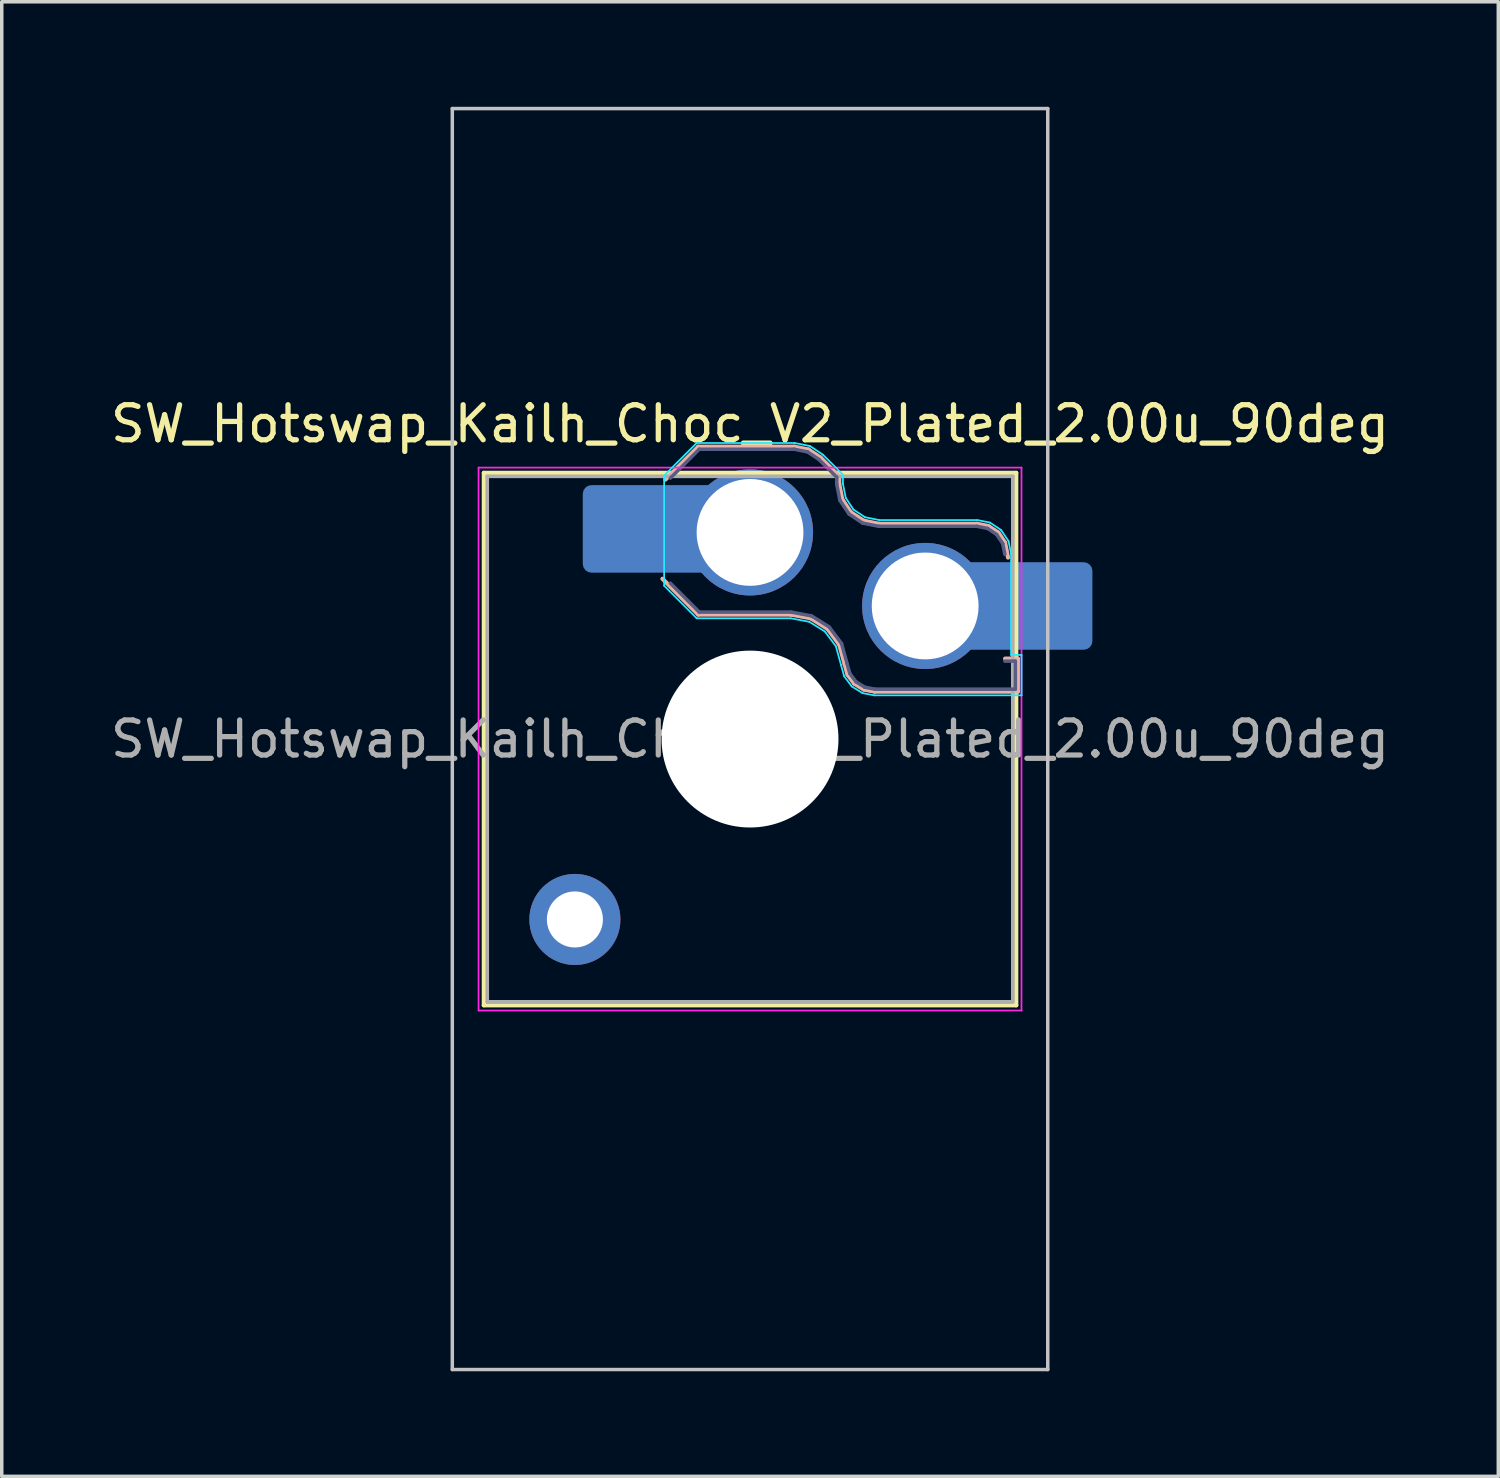
<source format=kicad_pcb>
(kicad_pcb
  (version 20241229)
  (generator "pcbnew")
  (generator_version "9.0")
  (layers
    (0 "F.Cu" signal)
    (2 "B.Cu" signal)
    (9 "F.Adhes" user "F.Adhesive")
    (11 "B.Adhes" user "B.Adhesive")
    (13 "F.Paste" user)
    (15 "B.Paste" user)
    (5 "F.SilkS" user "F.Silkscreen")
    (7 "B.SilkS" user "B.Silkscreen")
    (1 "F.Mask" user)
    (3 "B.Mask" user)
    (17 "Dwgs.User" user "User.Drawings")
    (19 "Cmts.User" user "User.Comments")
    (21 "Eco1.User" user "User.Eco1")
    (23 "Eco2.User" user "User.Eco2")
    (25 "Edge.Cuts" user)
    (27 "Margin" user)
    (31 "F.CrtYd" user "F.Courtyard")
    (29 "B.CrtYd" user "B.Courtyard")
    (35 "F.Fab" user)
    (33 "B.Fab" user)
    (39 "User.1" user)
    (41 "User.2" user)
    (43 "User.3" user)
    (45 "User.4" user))
  (footprint "SW_Hotswap_Kailh_Choc_V2_Plated_2.00u_90deg"
    (layer "F.Cu")
    (at 18.363 18.05)
    (property "Reference" "SW_Hotswap_Kailh_Choc_V2_Plated_2.00u_90deg" (at 0 -9 0) (layer "F.SilkS") (effects (font (size 1 1) (thickness 0.15))))
    (attr smd)
    (fp_line (start -7.6 -7.6) (end -7.6 7.6) (stroke (width 0.12) (type solid)) (layer "F.SilkS"))
    (fp_line (start -7.6 7.6) (end 7.6 7.6) (stroke (width 0.12) (type solid)) (layer "F.SilkS"))
    (fp_line (start 7.6 -7.6) (end -7.6 -7.6) (stroke (width 0.12) (type solid)) (layer "F.SilkS"))
    (fp_line (start 7.6 7.6) (end 7.6 -7.6) (stroke (width 0.12) (type solid)) (layer "F.SilkS"))
    (fp_line (start -2.416 -7.409) (end -1.479 -8.346) (stroke (width 0.12) (type solid)) (layer "B.SilkS"))
    (fp_line (start -1.479 -8.346) (end 1.268 -8.346) (stroke (width 0.12) (type solid)) (layer "B.SilkS"))
    (fp_line (start -1.479 -3.554) (end -2.5 -4.575) (stroke (width 0.12) (type solid)) (layer "B.SilkS"))
    (fp_line (start 1.168 -3.554) (end -1.479 -3.554) (stroke (width 0.12) (type solid)) (layer "B.SilkS"))
    (fp_line (start 1.268 -8.346) (end 1.671 -8.266) (stroke (width 0.12) (type solid)) (layer "B.SilkS"))
    (fp_line (start 1.671 -8.266) (end 2.013 -8.037) (stroke (width 0.12) (type solid)) (layer "B.SilkS"))
    (fp_line (start 1.73 -3.449) (end 1.168 -3.554) (stroke (width 0.12) (type solid)) (layer "B.SilkS"))
    (fp_line (start 2.013 -8.037) (end 2.546 -7.504) (stroke (width 0.12) (type solid)) (layer "B.SilkS"))
    (fp_line (start 2.209 -3.15) (end 1.73 -3.449) (stroke (width 0.12) (type solid)) (layer "B.SilkS"))
    (fp_line (start 2.546 -7.504) (end 2.546 -7.282) (stroke (width 0.12) (type solid)) (layer "B.SilkS"))
    (fp_line (start 2.546 -7.282) (end 2.633 -6.844) (stroke (width 0.12) (type solid)) (layer "B.SilkS"))
    (fp_line (start 2.547 -2.697) (end 2.209 -3.15) (stroke (width 0.12) (type solid)) (layer "B.SilkS"))
    (fp_line (start 2.633 -6.844) (end 2.877 -6.477) (stroke (width 0.12) (type solid)) (layer "B.SilkS"))
    (fp_line (start 2.701 -2.139) (end 2.547 -2.697) (stroke (width 0.12) (type solid)) (layer "B.SilkS"))
    (fp_line (start 2.783 -1.841) (end 2.701 -2.139) (stroke (width 0.12) (type solid)) (layer "B.SilkS"))
    (fp_line (start 2.877 -6.477) (end 3.244 -6.233) (stroke (width 0.12) (type solid)) (layer "B.SilkS"))
    (fp_line (start 2.976 -1.583) (end 2.783 -1.841) (stroke (width 0.12) (type solid)) (layer "B.SilkS"))
    (fp_line (start 3.244 -6.233) (end 3.682 -6.146) (stroke (width 0.12) (type solid)) (layer "B.SilkS"))
    (fp_line (start 3.25 -1.413) (end 2.976 -1.583) (stroke (width 0.12) (type solid)) (layer "B.SilkS"))
    (fp_line (start 3.56 -1.354) (end 3.25 -1.413) (stroke (width 0.12) (type solid)) (layer "B.SilkS"))
    (fp_line (start 3.682 -6.146) (end 6.482 -6.146) (stroke (width 0.12) (type solid)) (layer "B.SilkS"))
    (fp_line (start 6.482 -6.146) (end 6.809 -6.081) (stroke (width 0.12) (type solid)) (layer "B.SilkS"))
    (fp_line (start 6.809 -6.081) (end 7.092 -5.892) (stroke (width 0.12) (type solid)) (layer "B.SilkS"))
    (fp_line (start 7.092 -5.892) (end 7.281 -5.609) (stroke (width 0.12) (type solid)) (layer "B.SilkS"))
    (fp_line (start 7.281 -5.609) (end 7.366 -5.182) (stroke (width 0.12) (type solid)) (layer "B.SilkS"))
    (fp_line (start 7.283 -2.296) (end 7.646 -2.296) (stroke (width 0.12) (type solid)) (layer "B.SilkS"))
    (fp_line (start 7.646 -2.296) (end 7.646 -1.354) (stroke (width 0.12) (type solid)) (layer "B.SilkS"))
    (fp_line (start 7.646 -1.354) (end 3.56 -1.354) (stroke (width 0.12) (type solid)) (layer "B.SilkS"))
    (fp_line (start -8.5 -18) (end 8.5 -18) (stroke (width 0.1) (type solid)) (layer "Dwgs.User"))
    (fp_line (start -8.5 18) (end -8.5 -18) (stroke (width 0.1) (type solid)) (layer "Dwgs.User"))
    (fp_line (start 8.5 -18) (end 8.5 18) (stroke (width 0.1) (type solid)) (layer "Dwgs.User"))
    (fp_line (start 8.5 18) (end -8.5 18) (stroke (width 0.1) (type solid)) (layer "Dwgs.User"))
    (fp_line (start -7.25 -7.25) (end -7.25 7.25) (stroke (width 0.1) (type solid)) (layer "Eco1.User"))
    (fp_line (start -7.25 7.25) (end 7.25 7.25) (stroke (width 0.1) (type solid)) (layer "Eco1.User"))
    (fp_line (start 7.25 -7.25) (end -7.25 -7.25) (stroke (width 0.1) (type solid)) (layer "Eco1.User"))
    (fp_line (start 7.25 7.25) (end 7.25 -7.25) (stroke (width 0.1) (type solid)) (layer "Eco1.User"))
    (fp_line (start -2.452 -7.523) (end -1.523 -8.452) (stroke (width 0.05) (type solid)) (layer "B.CrtYd"))
    (fp_line (start -2.452 -4.377) (end -2.452 -7.523) (stroke (width 0.05) (type solid)) (layer "B.CrtYd"))
    (fp_line (start -1.523 -8.452) (end 1.278 -8.452) (stroke (width 0.05) (type solid)) (layer "B.CrtYd"))
    (fp_line (start -1.523 -3.448) (end -2.452 -4.377) (stroke (width 0.05) (type solid)) (layer "B.CrtYd"))
    (fp_line (start 1.159 -3.448) (end -1.523 -3.448) (stroke (width 0.05) (type solid)) (layer "B.CrtYd"))
    (fp_line (start 1.278 -8.452) (end 1.712 -8.366) (stroke (width 0.05) (type solid)) (layer "B.CrtYd"))
    (fp_line (start 1.691 -3.348) (end 1.159 -3.448) (stroke (width 0.05) (type solid)) (layer "B.CrtYd"))
    (fp_line (start 1.712 -8.366) (end 2.081 -8.119) (stroke (width 0.05) (type solid)) (layer "B.CrtYd"))
    (fp_line (start 2.081 -8.119) (end 2.652 -7.548) (stroke (width 0.05) (type solid)) (layer "B.CrtYd"))
    (fp_line (start 2.136 -3.071) (end 1.691 -3.348) (stroke (width 0.05) (type solid)) (layer "B.CrtYd"))
    (fp_line (start 2.45 -2.65) (end 2.136 -3.071) (stroke (width 0.05) (type solid)) (layer "B.CrtYd"))
    (fp_line (start 2.599 -2.111) (end 2.45 -2.65) (stroke (width 0.05) (type solid)) (layer "B.CrtYd"))
    (fp_line (start 2.652 -7.548) (end 2.652 -7.292) (stroke (width 0.05) (type solid)) (layer "B.CrtYd"))
    (fp_line (start 2.652 -7.292) (end 2.733 -6.885) (stroke (width 0.05) (type solid)) (layer "B.CrtYd"))
    (fp_line (start 2.687 -1.794) (end 2.599 -2.111) (stroke (width 0.05) (type solid)) (layer "B.CrtYd"))
    (fp_line (start 2.733 -6.885) (end 2.953 -6.553) (stroke (width 0.05) (type solid)) (layer "B.CrtYd"))
    (fp_line (start 2.903 -1.503) (end 2.687 -1.794) (stroke (width 0.05) (type solid)) (layer "B.CrtYd"))
    (fp_line (start 2.953 -6.553) (end 3.285 -6.333) (stroke (width 0.05) (type solid)) (layer "B.CrtYd"))
    (fp_line (start 3.211 -1.312) (end 2.903 -1.503) (stroke (width 0.05) (type solid)) (layer "B.CrtYd"))
    (fp_line (start 3.285 -6.333) (end 3.692 -6.252) (stroke (width 0.05) (type solid)) (layer "B.CrtYd"))
    (fp_line (start 3.55 -1.248) (end 3.211 -1.312) (stroke (width 0.05) (type solid)) (layer "B.CrtYd"))
    (fp_line (start 3.692 -6.252) (end 6.492 -6.252) (stroke (width 0.05) (type solid)) (layer "B.CrtYd"))
    (fp_line (start 6.492 -6.252) (end 6.85 -6.181) (stroke (width 0.05) (type solid)) (layer "B.CrtYd"))
    (fp_line (start 6.85 -6.181) (end 7.168 -5.968) (stroke (width 0.05) (type solid)) (layer "B.CrtYd"))
    (fp_line (start 7.168 -5.968) (end 7.381 -5.65) (stroke (width 0.05) (type solid)) (layer "B.CrtYd"))
    (fp_line (start 7.381 -5.65) (end 7.452 -5.292) (stroke (width 0.05) (type solid)) (layer "B.CrtYd"))
    (fp_line (start 7.452 -5.292) (end 7.452 -2.402) (stroke (width 0.05) (type solid)) (layer "B.CrtYd"))
    (fp_line (start 7.452 -2.402) (end 7.752 -2.402) (stroke (width 0.05) (type solid)) (layer "B.CrtYd"))
    (fp_line (start 7.752 -2.402) (end 7.752 -1.248) (stroke (width 0.05) (type solid)) (layer "B.CrtYd"))
    (fp_line (start 7.752 -1.248) (end 3.55 -1.248) (stroke (width 0.05) (type solid)) (layer "B.CrtYd"))
    (fp_line (start -7.75 -7.75) (end -7.75 7.75) (stroke (width 0.05) (type solid)) (layer "F.CrtYd"))
    (fp_line (start -7.75 7.75) (end 7.75 7.75) (stroke (width 0.05) (type solid)) (layer "F.CrtYd"))
    (fp_line (start 7.75 -7.75) (end -7.75 -7.75) (stroke (width 0.05) (type solid)) (layer "F.CrtYd"))
    (fp_line (start 7.75 7.75) (end 7.75 -7.75) (stroke (width 0.05) (type solid)) (layer "F.CrtYd"))
    (fp_line (start -2.275 -7.45) (end -1.45 -8.275) (stroke (width 0.1) (type solid)) (layer "B.Fab"))
    (fp_line (start -1.45 -8.275) (end 1.261 -8.275) (stroke (width 0.1) (type solid)) (layer "B.Fab"))
    (fp_line (start -1.45 -3.625) (end -2.275 -4.45) (stroke (width 0.1) (type solid)) (layer "B.Fab"))
    (fp_line (start 1.175 -3.625) (end -1.45 -3.625) (stroke (width 0.1) (type solid)) (layer "B.Fab"))
    (fp_line (start 1.261 -8.275) (end 1.643 -8.199) (stroke (width 0.1) (type solid)) (layer "B.Fab"))
    (fp_line (start 1.643 -8.199) (end 1.968 -7.982) (stroke (width 0.1) (type solid)) (layer "B.Fab"))
    (fp_line (start 1.756 -3.516) (end 1.175 -3.625) (stroke (width 0.1) (type solid)) (layer "B.Fab"))
    (fp_line (start 1.968 -7.982) (end 2.475 -7.475) (stroke (width 0.1) (type solid)) (layer "B.Fab"))
    (fp_line (start 2.258 -3.203) (end 1.756 -3.516) (stroke (width 0.1) (type solid)) (layer "B.Fab"))
    (fp_line (start 2.475 -7.475) (end 2.475 -7.275) (stroke (width 0.1) (type solid)) (layer "B.Fab"))
    (fp_line (start 2.475 -7.275) (end 2.566 -6.816) (stroke (width 0.1) (type solid)) (layer "B.Fab"))
    (fp_line (start 2.566 -6.816) (end 2.826 -6.426) (stroke (width 0.1) (type solid)) (layer "B.Fab"))
    (fp_line (start 2.612 -2.729) (end 2.258 -3.203) (stroke (width 0.1) (type solid)) (layer "B.Fab"))
    (fp_line (start 2.769 -2.158) (end 2.612 -2.729) (stroke (width 0.1) (type solid)) (layer "B.Fab"))
    (fp_line (start 2.826 -6.426) (end 3.216 -6.166) (stroke (width 0.1) (type solid)) (layer "B.Fab"))
    (fp_line (start 2.848 -1.873) (end 2.769 -2.158) (stroke (width 0.1) (type solid)) (layer "B.Fab"))
    (fp_line (start 3.025 -1.636) (end 2.848 -1.873) (stroke (width 0.1) (type solid)) (layer "B.Fab"))
    (fp_line (start 3.216 -6.166) (end 3.675 -6.075) (stroke (width 0.1) (type solid)) (layer "B.Fab"))
    (fp_line (start 3.276 -1.48) (end 3.025 -1.636) (stroke (width 0.1) (type solid)) (layer "B.Fab"))
    (fp_line (start 3.567 -1.425) (end 3.276 -1.48) (stroke (width 0.1) (type solid)) (layer "B.Fab"))
    (fp_line (start 3.675 -6.075) (end 6.475 -6.075) (stroke (width 0.1) (type solid)) (layer "B.Fab"))
    (fp_line (start 6.475 -6.075) (end 6.781 -6.014) (stroke (width 0.1) (type solid)) (layer "B.Fab"))
    (fp_line (start 6.781 -6.014) (end 7.041 -5.841) (stroke (width 0.1) (type solid)) (layer "B.Fab"))
    (fp_line (start 7.041 -5.841) (end 7.214 -5.581) (stroke (width 0.1) (type solid)) (layer "B.Fab"))
    (fp_line (start 7.214 -5.581) (end 7.275 -5.275) (stroke (width 0.1) (type solid)) (layer "B.Fab"))
    (fp_line (start 7.275 -2.225) (end 7.575 -2.225) (stroke (width 0.1) (type solid)) (layer "B.Fab"))
    (fp_line (start 7.575 -2.225) (end 7.575 -1.425) (stroke (width 0.1) (type solid)) (layer "B.Fab"))
    (fp_line (start 7.575 -1.425) (end 3.567 -1.425) (stroke (width 0.1) (type solid)) (layer "B.Fab"))
    (fp_line (start -7.5 -7.5) (end -7.5 7.5) (stroke (width 0.1) (type solid)) (layer "F.Fab"))
    (fp_line (start -7.5 7.5) (end 7.5 7.5) (stroke (width 0.1) (type solid)) (layer "F.Fab"))
    (fp_line (start 7.5 -7.5) (end -7.5 -7.5) (stroke (width 0.1) (type solid)) (layer "F.Fab"))
    (fp_line (start 7.5 7.5) (end 7.5 -7.5) (stroke (width 0.1) (type solid)) (layer "F.Fab"))
    (fp_text user "${REFERENCE}" (at 0 0 0) (layer "F.Fab") (effects (font (size 1 1) (thickness 0.15))))
    (pad "" thru_hole circle (at -5 5.15) (size 2.6 2.6) (drill 1.6) (layers "*.Cu" "*.Mask"))
    (pad "" smd roundrect (at -3.5 -6) (size 2.55 2.5) (layers "B.Mask" "B.Paste") (roundrect_rratio 0.1))
    (pad "" np_thru_hole circle (at 0 0) (size 5.05 5.05) (drill 5.05) (layers "*.Cu" "*.Mask"))
    (pad "" smd roundrect (at 8.5 -3.8) (size 2.55 2.5) (layers "B.Mask" "B.Paste") (roundrect_rratio 0.1))
    (pad "1" smd roundrect (at -2.85 -6) (size 3.85 2.5) (layers "B.Cu") (roundrect_rratio 0.1))
    (pad "1" thru_hole circle (at 0 -5.9) (size 3.6 3.6) (drill 3.05) (layers "*.Cu" "*.Mask"))
    (pad "2" thru_hole circle (at 5 -3.8) (size 3.6 3.6) (drill 3.05) (layers "*.Cu" "*.Mask"))
    (pad "2" smd roundrect (at 7.85 -3.8) (size 3.85 2.5) (layers "B.Cu") (roundrect_rratio 0.1)))
  (gr_rect
    (start -3 -3)
    (end 39.726 39.1)
    (stroke (width 0.1) (type default))
    (fill no)
    (layer "Edge.Cuts")))
</source>
